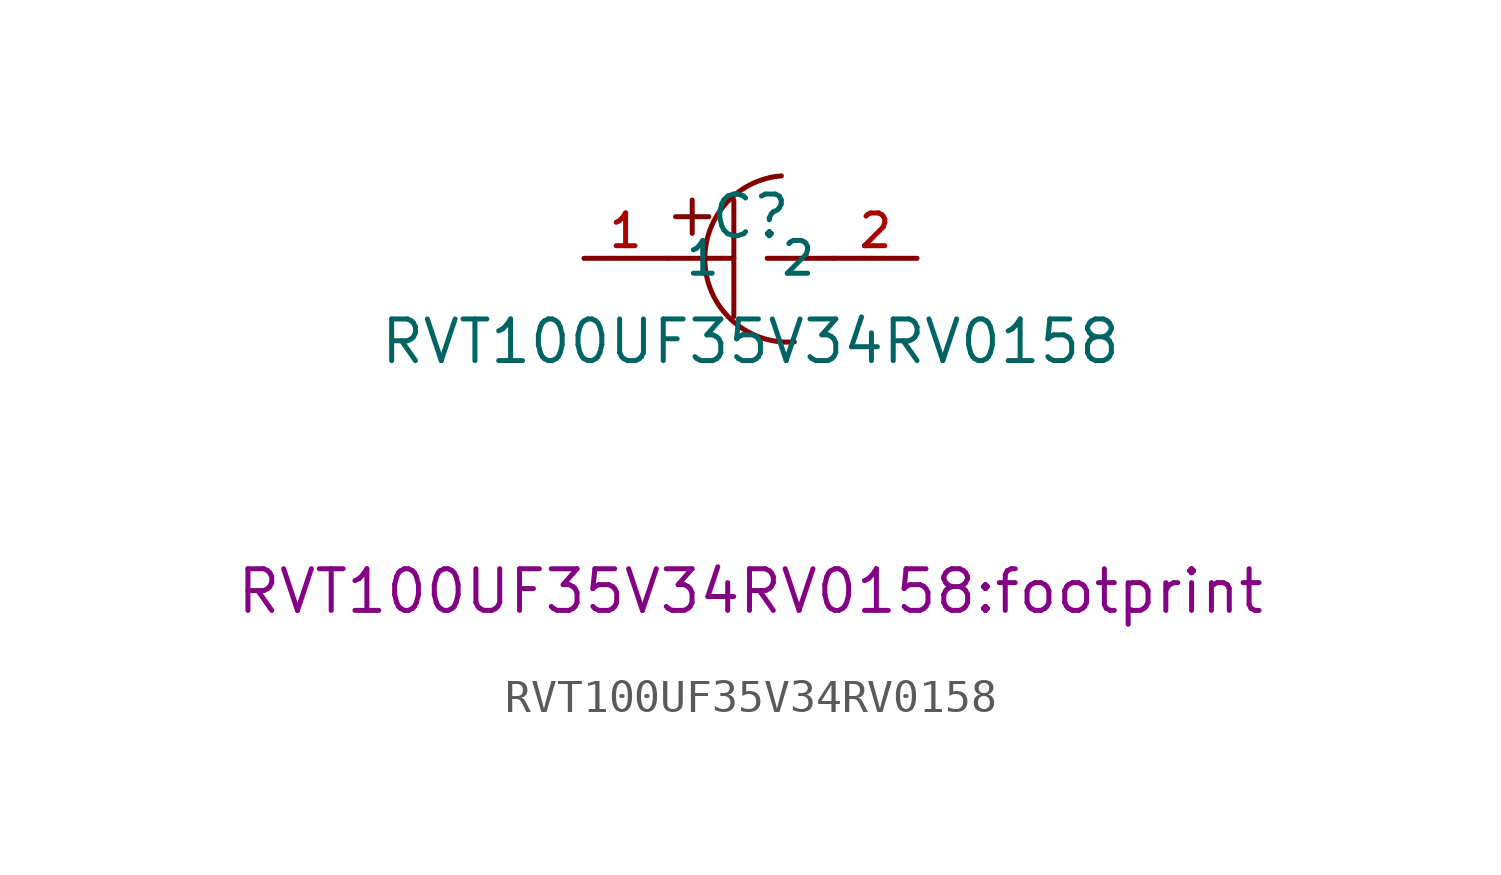
<source format=kicad_sym>
(kicad_symbol_lib
  (version 20210201)
  (generator TousstNicolas/JLC2KiCad_lib)
  (symbol "RVT100UF35V34RV0158"
    (property "Reference" "C"
      (at 0 1.27 0)
      (effects (font (size 1.27 1.27))))
    (property "Value" "RVT100UF35V34RV0158"
      (at 0 -2.54 0)
      (effects (font (size 1.27 1.27))))
    (property "Footprint" "RVT100UF35V34RV0158:footprint"
      (at 0 -10.16 0))
    (symbol "RVT100UF35V34RV0158_0_1"
      (polyline (pts (xy -0.508 1.778) (xy -0.508 -1.778)) (stroke (width 0) (type default) (color 0 0 0 0)) (fill (type none)))
      (pin input line (at -5.08 -0.0 0) (length 2.54) (name "1" (effects (font (size 1 1)))) (number "1" (effects (font (size 1 1)))))
      (pin input line (at 5.08 -0.0 180) (length 2.54) (name "2" (effects (font (size 1 1)))) (number "2" (effects (font (size 1 1)))))
      (polyline (pts (xy -2.54 -0.0) (xy -0.508 -0.0)) (stroke (width 0) (type default) (color 0 0 0 0)) (fill (type none)))
      (polyline (pts (xy 0.508 -0.0) (xy 2.54 -0.0)) (stroke (width 0) (type default) (color 0 0 0 0)) (fill (type none)))
      (arc (start 1.336076669933015 -2.5488732196922568) (mid -1.393170600892016 -0.2133945408688318) (end 0.942308016927978 2.515852782158215) (stroke (width 0) (type default) (color 0 0 0 0)) (fill (type none)))
      (polyline (pts (xy -2.286 1.27) (xy -1.27 1.27)) (stroke (width 0) (type default) (color 0 0 0 0)) (fill (type none)))
      (polyline (pts (xy -1.778 1.778) (xy -1.778 0.762)) (stroke (width 0) (type default) (color 0 0 0 0)) (fill (type none))))))
</source>
